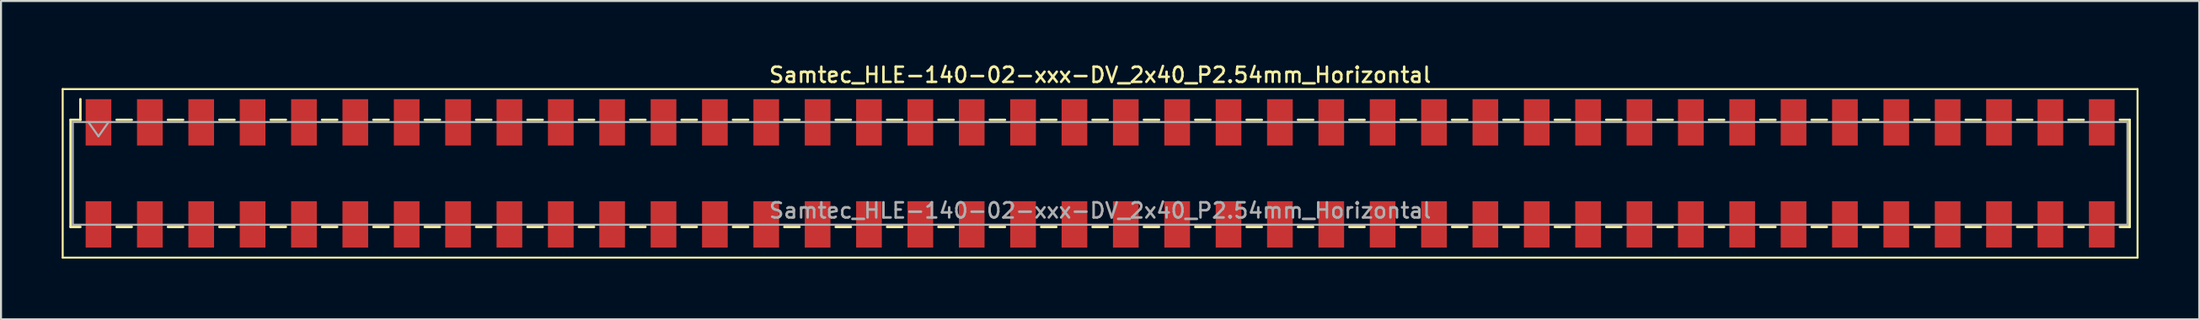
<source format=kicad_pcb>
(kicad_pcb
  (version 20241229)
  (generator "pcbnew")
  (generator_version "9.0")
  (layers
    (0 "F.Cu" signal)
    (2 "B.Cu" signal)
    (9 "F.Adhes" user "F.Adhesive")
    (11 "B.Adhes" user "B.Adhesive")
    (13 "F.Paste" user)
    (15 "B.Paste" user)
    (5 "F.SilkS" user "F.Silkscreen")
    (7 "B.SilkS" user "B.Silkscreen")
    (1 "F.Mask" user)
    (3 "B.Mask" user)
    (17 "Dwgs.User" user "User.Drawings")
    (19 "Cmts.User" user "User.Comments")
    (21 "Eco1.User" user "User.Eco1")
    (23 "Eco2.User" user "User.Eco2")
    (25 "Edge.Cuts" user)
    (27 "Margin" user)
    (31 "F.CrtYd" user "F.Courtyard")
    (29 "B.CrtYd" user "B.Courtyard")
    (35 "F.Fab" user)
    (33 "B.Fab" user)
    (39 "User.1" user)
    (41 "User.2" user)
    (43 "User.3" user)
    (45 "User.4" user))
  (footprint "Samtec_HLE-140-02-xxx-DV_2x40_P2.54mm_Horizontal"
    (layer "F.Cu")
    (at 51.35 5.528)
    (property "Reference" "Samtec_HLE-140-02-xxx-DV_2x40_P2.54mm_Horizontal" (at 0 -4.87 0) (layer "F.SilkS") (effects (font (size 0.75 0.75) (thickness 0.125))))
    (attr smd)
    (fp_line (start -51.3 -4.17) (end 51.3 -4.17) (stroke (width 0.1) (type solid)) (layer "F.SilkS"))
    (fp_line (start -51.3 4.17) (end -51.3 -4.17) (stroke (width 0.1) (type solid)) (layer "F.SilkS"))
    (fp_line (start -50.91 -2.65) (end -50.91 2.65) (stroke (width 0.12) (type solid)) (layer "F.SilkS"))
    (fp_line (start -50.91 2.65) (end -50.425 2.65) (stroke (width 0.12) (type solid)) (layer "F.SilkS"))
    (fp_line (start -50.425 -3.67) (end -50.425 -2.65) (stroke (width 0.12) (type solid)) (layer "F.SilkS"))
    (fp_line (start -50.425 -2.65) (end -50.91 -2.65) (stroke (width 0.12) (type solid)) (layer "F.SilkS"))
    (fp_line (start -48.635 -2.65) (end -47.885 -2.65) (stroke (width 0.12) (type solid)) (layer "F.SilkS"))
    (fp_line (start -48.635 2.65) (end -47.885 2.65) (stroke (width 0.12) (type solid)) (layer "F.SilkS"))
    (fp_line (start -46.095 -2.65) (end -45.345 -2.65) (stroke (width 0.12) (type solid)) (layer "F.SilkS"))
    (fp_line (start -46.095 2.65) (end -45.345 2.65) (stroke (width 0.12) (type solid)) (layer "F.SilkS"))
    (fp_line (start -43.555 -2.65) (end -42.805 -2.65) (stroke (width 0.12) (type solid)) (layer "F.SilkS"))
    (fp_line (start -43.555 2.65) (end -42.805 2.65) (stroke (width 0.12) (type solid)) (layer "F.SilkS"))
    (fp_line (start -41.015 -2.65) (end -40.265 -2.65) (stroke (width 0.12) (type solid)) (layer "F.SilkS"))
    (fp_line (start -41.015 2.65) (end -40.265 2.65) (stroke (width 0.12) (type solid)) (layer "F.SilkS"))
    (fp_line (start -38.475 -2.65) (end -37.725 -2.65) (stroke (width 0.12) (type solid)) (layer "F.SilkS"))
    (fp_line (start -38.475 2.65) (end -37.725 2.65) (stroke (width 0.12) (type solid)) (layer "F.SilkS"))
    (fp_line (start -35.935 -2.65) (end -35.185 -2.65) (stroke (width 0.12) (type solid)) (layer "F.SilkS"))
    (fp_line (start -35.935 2.65) (end -35.185 2.65) (stroke (width 0.12) (type solid)) (layer "F.SilkS"))
    (fp_line (start -33.395 -2.65) (end -32.645 -2.65) (stroke (width 0.12) (type solid)) (layer "F.SilkS"))
    (fp_line (start -33.395 2.65) (end -32.645 2.65) (stroke (width 0.12) (type solid)) (layer "F.SilkS"))
    (fp_line (start -30.855 -2.65) (end -30.105 -2.65) (stroke (width 0.12) (type solid)) (layer "F.SilkS"))
    (fp_line (start -30.855 2.65) (end -30.105 2.65) (stroke (width 0.12) (type solid)) (layer "F.SilkS"))
    (fp_line (start -28.315 -2.65) (end -27.565 -2.65) (stroke (width 0.12) (type solid)) (layer "F.SilkS"))
    (fp_line (start -28.315 2.65) (end -27.565 2.65) (stroke (width 0.12) (type solid)) (layer "F.SilkS"))
    (fp_line (start -25.775 -2.65) (end -25.025 -2.65) (stroke (width 0.12) (type solid)) (layer "F.SilkS"))
    (fp_line (start -25.775 2.65) (end -25.025 2.65) (stroke (width 0.12) (type solid)) (layer "F.SilkS"))
    (fp_line (start -23.235 -2.65) (end -22.485 -2.65) (stroke (width 0.12) (type solid)) (layer "F.SilkS"))
    (fp_line (start -23.235 2.65) (end -22.485 2.65) (stroke (width 0.12) (type solid)) (layer "F.SilkS"))
    (fp_line (start -20.695 -2.65) (end -19.945 -2.65) (stroke (width 0.12) (type solid)) (layer "F.SilkS"))
    (fp_line (start -20.695 2.65) (end -19.945 2.65) (stroke (width 0.12) (type solid)) (layer "F.SilkS"))
    (fp_line (start -18.155 -2.65) (end -17.405 -2.65) (stroke (width 0.12) (type solid)) (layer "F.SilkS"))
    (fp_line (start -18.155 2.65) (end -17.405 2.65) (stroke (width 0.12) (type solid)) (layer "F.SilkS"))
    (fp_line (start -15.615 -2.65) (end -14.865 -2.65) (stroke (width 0.12) (type solid)) (layer "F.SilkS"))
    (fp_line (start -15.615 2.65) (end -14.865 2.65) (stroke (width 0.12) (type solid)) (layer "F.SilkS"))
    (fp_line (start -13.075 -2.65) (end -12.325 -2.65) (stroke (width 0.12) (type solid)) (layer "F.SilkS"))
    (fp_line (start -13.075 2.65) (end -12.325 2.65) (stroke (width 0.12) (type solid)) (layer "F.SilkS"))
    (fp_line (start -10.535 -2.65) (end -9.785 -2.65) (stroke (width 0.12) (type solid)) (layer "F.SilkS"))
    (fp_line (start -10.535 2.65) (end -9.785 2.65) (stroke (width 0.12) (type solid)) (layer "F.SilkS"))
    (fp_line (start -7.995 -2.65) (end -7.245 -2.65) (stroke (width 0.12) (type solid)) (layer "F.SilkS"))
    (fp_line (start -7.995 2.65) (end -7.245 2.65) (stroke (width 0.12) (type solid)) (layer "F.SilkS"))
    (fp_line (start -5.455 -2.65) (end -4.705 -2.65) (stroke (width 0.12) (type solid)) (layer "F.SilkS"))
    (fp_line (start -5.455 2.65) (end -4.705 2.65) (stroke (width 0.12) (type solid)) (layer "F.SilkS"))
    (fp_line (start -2.915 -2.65) (end -2.165 -2.65) (stroke (width 0.12) (type solid)) (layer "F.SilkS"))
    (fp_line (start -2.915 2.65) (end -2.165 2.65) (stroke (width 0.12) (type solid)) (layer "F.SilkS"))
    (fp_line (start -0.375 -2.65) (end 0.375 -2.65) (stroke (width 0.12) (type solid)) (layer "F.SilkS"))
    (fp_line (start -0.375 2.65) (end 0.375 2.65) (stroke (width 0.12) (type solid)) (layer "F.SilkS"))
    (fp_line (start 2.165 -2.65) (end 2.915 -2.65) (stroke (width 0.12) (type solid)) (layer "F.SilkS"))
    (fp_line (start 2.165 2.65) (end 2.915 2.65) (stroke (width 0.12) (type solid)) (layer "F.SilkS"))
    (fp_line (start 4.705 -2.65) (end 5.455 -2.65) (stroke (width 0.12) (type solid)) (layer "F.SilkS"))
    (fp_line (start 4.705 2.65) (end 5.455 2.65) (stroke (width 0.12) (type solid)) (layer "F.SilkS"))
    (fp_line (start 7.245 -2.65) (end 7.995 -2.65) (stroke (width 0.12) (type solid)) (layer "F.SilkS"))
    (fp_line (start 7.245 2.65) (end 7.995 2.65) (stroke (width 0.12) (type solid)) (layer "F.SilkS"))
    (fp_line (start 9.785 -2.65) (end 10.535 -2.65) (stroke (width 0.12) (type solid)) (layer "F.SilkS"))
    (fp_line (start 9.785 2.65) (end 10.535 2.65) (stroke (width 0.12) (type solid)) (layer "F.SilkS"))
    (fp_line (start 12.325 -2.65) (end 13.075 -2.65) (stroke (width 0.12) (type solid)) (layer "F.SilkS"))
    (fp_line (start 12.325 2.65) (end 13.075 2.65) (stroke (width 0.12) (type solid)) (layer "F.SilkS"))
    (fp_line (start 14.865 -2.65) (end 15.615 -2.65) (stroke (width 0.12) (type solid)) (layer "F.SilkS"))
    (fp_line (start 14.865 2.65) (end 15.615 2.65) (stroke (width 0.12) (type solid)) (layer "F.SilkS"))
    (fp_line (start 17.405 -2.65) (end 18.155 -2.65) (stroke (width 0.12) (type solid)) (layer "F.SilkS"))
    (fp_line (start 17.405 2.65) (end 18.155 2.65) (stroke (width 0.12) (type solid)) (layer "F.SilkS"))
    (fp_line (start 19.945 -2.65) (end 20.695 -2.65) (stroke (width 0.12) (type solid)) (layer "F.SilkS"))
    (fp_line (start 19.945 2.65) (end 20.695 2.65) (stroke (width 0.12) (type solid)) (layer "F.SilkS"))
    (fp_line (start 22.485 -2.65) (end 23.235 -2.65) (stroke (width 0.12) (type solid)) (layer "F.SilkS"))
    (fp_line (start 22.485 2.65) (end 23.235 2.65) (stroke (width 0.12) (type solid)) (layer "F.SilkS"))
    (fp_line (start 25.025 -2.65) (end 25.775 -2.65) (stroke (width 0.12) (type solid)) (layer "F.SilkS"))
    (fp_line (start 25.025 2.65) (end 25.775 2.65) (stroke (width 0.12) (type solid)) (layer "F.SilkS"))
    (fp_line (start 27.565 -2.65) (end 28.315 -2.65) (stroke (width 0.12) (type solid)) (layer "F.SilkS"))
    (fp_line (start 27.565 2.65) (end 28.315 2.65) (stroke (width 0.12) (type solid)) (layer "F.SilkS"))
    (fp_line (start 30.105 -2.65) (end 30.855 -2.65) (stroke (width 0.12) (type solid)) (layer "F.SilkS"))
    (fp_line (start 30.105 2.65) (end 30.855 2.65) (stroke (width 0.12) (type solid)) (layer "F.SilkS"))
    (fp_line (start 32.645 -2.65) (end 33.395 -2.65) (stroke (width 0.12) (type solid)) (layer "F.SilkS"))
    (fp_line (start 32.645 2.65) (end 33.395 2.65) (stroke (width 0.12) (type solid)) (layer "F.SilkS"))
    (fp_line (start 35.185 -2.65) (end 35.935 -2.65) (stroke (width 0.12) (type solid)) (layer "F.SilkS"))
    (fp_line (start 35.185 2.65) (end 35.935 2.65) (stroke (width 0.12) (type solid)) (layer "F.SilkS"))
    (fp_line (start 37.725 -2.65) (end 38.475 -2.65) (stroke (width 0.12) (type solid)) (layer "F.SilkS"))
    (fp_line (start 37.725 2.65) (end 38.475 2.65) (stroke (width 0.12) (type solid)) (layer "F.SilkS"))
    (fp_line (start 40.265 -2.65) (end 41.015 -2.65) (stroke (width 0.12) (type solid)) (layer "F.SilkS"))
    (fp_line (start 40.265 2.65) (end 41.015 2.65) (stroke (width 0.12) (type solid)) (layer "F.SilkS"))
    (fp_line (start 42.805 -2.65) (end 43.555 -2.65) (stroke (width 0.12) (type solid)) (layer "F.SilkS"))
    (fp_line (start 42.805 2.65) (end 43.555 2.65) (stroke (width 0.12) (type solid)) (layer "F.SilkS"))
    (fp_line (start 45.345 -2.65) (end 46.095 -2.65) (stroke (width 0.12) (type solid)) (layer "F.SilkS"))
    (fp_line (start 45.345 2.65) (end 46.095 2.65) (stroke (width 0.12) (type solid)) (layer "F.SilkS"))
    (fp_line (start 47.885 -2.65) (end 48.635 -2.65) (stroke (width 0.12) (type solid)) (layer "F.SilkS"))
    (fp_line (start 47.885 2.65) (end 48.635 2.65) (stroke (width 0.12) (type solid)) (layer "F.SilkS"))
    (fp_line (start 50.425 -2.65) (end 50.91 -2.65) (stroke (width 0.12) (type solid)) (layer "F.SilkS"))
    (fp_line (start 50.91 -2.65) (end 50.91 2.65) (stroke (width 0.12) (type solid)) (layer "F.SilkS"))
    (fp_line (start 50.91 2.65) (end 50.425 2.65) (stroke (width 0.12) (type solid)) (layer "F.SilkS"))
    (fp_line (start 51.3 -4.17) (end 51.3 4.17) (stroke (width 0.1) (type solid)) (layer "F.SilkS"))
    (fp_line (start 51.3 4.17) (end -51.3 4.17) (stroke (width 0.1) (type solid)) (layer "F.SilkS"))
    (fp_line (start -50.8 -2.54) (end 50.8 -2.54) (stroke (width 0.1) (type solid)) (layer "F.Fab"))
    (fp_line (start -50.8 2.54) (end -50.8 -2.54) (stroke (width 0.1) (type solid)) (layer "F.Fab"))
    (fp_line (start -50.03 -2.54) (end -49.53 -1.833) (stroke (width 0.1) (type solid)) (layer "F.Fab"))
    (fp_line (start -49.53 -1.833) (end -49.03 -2.54) (stroke (width 0.1) (type solid)) (layer "F.Fab"))
    (fp_line (start 50.8 -2.54) (end 50.8 2.54) (stroke (width 0.1) (type solid)) (layer "F.Fab"))
    (fp_line (start 50.8 2.54) (end -50.8 2.54) (stroke (width 0.1) (type solid)) (layer "F.Fab"))
    (fp_text user "${REFERENCE}" (at 0 1.84 0) (layer "F.Fab") (effects (font (size 0.75 0.75) (thickness 0.125))))
    (pad "1" smd rect (at -49.53 -2.525) (size 1.27 2.29) (layers "F.Cu" "F.Mask" "F.Paste"))
    (pad "2" smd rect (at -49.53 2.525) (size 1.27 2.29) (layers "F.Cu" "F.Mask" "F.Paste"))
    (pad "3" smd rect (at -46.99 -2.525) (size 1.27 2.29) (layers "F.Cu" "F.Mask" "F.Paste"))
    (pad "4" smd rect (at -46.99 2.525) (size 1.27 2.29) (layers "F.Cu" "F.Mask" "F.Paste"))
    (pad "5" smd rect (at -44.45 -2.525) (size 1.27 2.29) (layers "F.Cu" "F.Mask" "F.Paste"))
    (pad "6" smd rect (at -44.45 2.525) (size 1.27 2.29) (layers "F.Cu" "F.Mask" "F.Paste"))
    (pad "7" smd rect (at -41.91 -2.525) (size 1.27 2.29) (layers "F.Cu" "F.Mask" "F.Paste"))
    (pad "8" smd rect (at -41.91 2.525) (size 1.27 2.29) (layers "F.Cu" "F.Mask" "F.Paste"))
    (pad "9" smd rect (at -39.37 -2.525) (size 1.27 2.29) (layers "F.Cu" "F.Mask" "F.Paste"))
    (pad "10" smd rect (at -39.37 2.525) (size 1.27 2.29) (layers "F.Cu" "F.Mask" "F.Paste"))
    (pad "11" smd rect (at -36.83 -2.525) (size 1.27 2.29) (layers "F.Cu" "F.Mask" "F.Paste"))
    (pad "12" smd rect (at -36.83 2.525) (size 1.27 2.29) (layers "F.Cu" "F.Mask" "F.Paste"))
    (pad "13" smd rect (at -34.29 -2.525) (size 1.27 2.29) (layers "F.Cu" "F.Mask" "F.Paste"))
    (pad "14" smd rect (at -34.29 2.525) (size 1.27 2.29) (layers "F.Cu" "F.Mask" "F.Paste"))
    (pad "15" smd rect (at -31.75 -2.525) (size 1.27 2.29) (layers "F.Cu" "F.Mask" "F.Paste"))
    (pad "16" smd rect (at -31.75 2.525) (size 1.27 2.29) (layers "F.Cu" "F.Mask" "F.Paste"))
    (pad "17" smd rect (at -29.21 -2.525) (size 1.27 2.29) (layers "F.Cu" "F.Mask" "F.Paste"))
    (pad "18" smd rect (at -29.21 2.525) (size 1.27 2.29) (layers "F.Cu" "F.Mask" "F.Paste"))
    (pad "19" smd rect (at -26.67 -2.525) (size 1.27 2.29) (layers "F.Cu" "F.Mask" "F.Paste"))
    (pad "20" smd rect (at -26.67 2.525) (size 1.27 2.29) (layers "F.Cu" "F.Mask" "F.Paste"))
    (pad "21" smd rect (at -24.13 -2.525) (size 1.27 2.29) (layers "F.Cu" "F.Mask" "F.Paste"))
    (pad "22" smd rect (at -24.13 2.525) (size 1.27 2.29) (layers "F.Cu" "F.Mask" "F.Paste"))
    (pad "23" smd rect (at -21.59 -2.525) (size 1.27 2.29) (layers "F.Cu" "F.Mask" "F.Paste"))
    (pad "24" smd rect (at -21.59 2.525) (size 1.27 2.29) (layers "F.Cu" "F.Mask" "F.Paste"))
    (pad "25" smd rect (at -19.05 -2.525) (size 1.27 2.29) (layers "F.Cu" "F.Mask" "F.Paste"))
    (pad "26" smd rect (at -19.05 2.525) (size 1.27 2.29) (layers "F.Cu" "F.Mask" "F.Paste"))
    (pad "27" smd rect (at -16.51 -2.525) (size 1.27 2.29) (layers "F.Cu" "F.Mask" "F.Paste"))
    (pad "28" smd rect (at -16.51 2.525) (size 1.27 2.29) (layers "F.Cu" "F.Mask" "F.Paste"))
    (pad "29" smd rect (at -13.97 -2.525) (size 1.27 2.29) (layers "F.Cu" "F.Mask" "F.Paste"))
    (pad "30" smd rect (at -13.97 2.525) (size 1.27 2.29) (layers "F.Cu" "F.Mask" "F.Paste"))
    (pad "31" smd rect (at -11.43 -2.525) (size 1.27 2.29) (layers "F.Cu" "F.Mask" "F.Paste"))
    (pad "32" smd rect (at -11.43 2.525) (size 1.27 2.29) (layers "F.Cu" "F.Mask" "F.Paste"))
    (pad "33" smd rect (at -8.89 -2.525) (size 1.27 2.29) (layers "F.Cu" "F.Mask" "F.Paste"))
    (pad "34" smd rect (at -8.89 2.525) (size 1.27 2.29) (layers "F.Cu" "F.Mask" "F.Paste"))
    (pad "35" smd rect (at -6.35 -2.525) (size 1.27 2.29) (layers "F.Cu" "F.Mask" "F.Paste"))
    (pad "36" smd rect (at -6.35 2.525) (size 1.27 2.29) (layers "F.Cu" "F.Mask" "F.Paste"))
    (pad "37" smd rect (at -3.81 -2.525) (size 1.27 2.29) (layers "F.Cu" "F.Mask" "F.Paste"))
    (pad "38" smd rect (at -3.81 2.525) (size 1.27 2.29) (layers "F.Cu" "F.Mask" "F.Paste"))
    (pad "39" smd rect (at -1.27 -2.525) (size 1.27 2.29) (layers "F.Cu" "F.Mask" "F.Paste"))
    (pad "40" smd rect (at -1.27 2.525) (size 1.27 2.29) (layers "F.Cu" "F.Mask" "F.Paste"))
    (pad "41" smd rect (at 1.27 -2.525) (size 1.27 2.29) (layers "F.Cu" "F.Mask" "F.Paste"))
    (pad "42" smd rect (at 1.27 2.525) (size 1.27 2.29) (layers "F.Cu" "F.Mask" "F.Paste"))
    (pad "43" smd rect (at 3.81 -2.525) (size 1.27 2.29) (layers "F.Cu" "F.Mask" "F.Paste"))
    (pad "44" smd rect (at 3.81 2.525) (size 1.27 2.29) (layers "F.Cu" "F.Mask" "F.Paste"))
    (pad "45" smd rect (at 6.35 -2.525) (size 1.27 2.29) (layers "F.Cu" "F.Mask" "F.Paste"))
    (pad "46" smd rect (at 6.35 2.525) (size 1.27 2.29) (layers "F.Cu" "F.Mask" "F.Paste"))
    (pad "47" smd rect (at 8.89 -2.525) (size 1.27 2.29) (layers "F.Cu" "F.Mask" "F.Paste"))
    (pad "48" smd rect (at 8.89 2.525) (size 1.27 2.29) (layers "F.Cu" "F.Mask" "F.Paste"))
    (pad "49" smd rect (at 11.43 -2.525) (size 1.27 2.29) (layers "F.Cu" "F.Mask" "F.Paste"))
    (pad "50" smd rect (at 11.43 2.525) (size 1.27 2.29) (layers "F.Cu" "F.Mask" "F.Paste"))
    (pad "51" smd rect (at 13.97 -2.525) (size 1.27 2.29) (layers "F.Cu" "F.Mask" "F.Paste"))
    (pad "52" smd rect (at 13.97 2.525) (size 1.27 2.29) (layers "F.Cu" "F.Mask" "F.Paste"))
    (pad "53" smd rect (at 16.51 -2.525) (size 1.27 2.29) (layers "F.Cu" "F.Mask" "F.Paste"))
    (pad "54" smd rect (at 16.51 2.525) (size 1.27 2.29) (layers "F.Cu" "F.Mask" "F.Paste"))
    (pad "55" smd rect (at 19.05 -2.525) (size 1.27 2.29) (layers "F.Cu" "F.Mask" "F.Paste"))
    (pad "56" smd rect (at 19.05 2.525) (size 1.27 2.29) (layers "F.Cu" "F.Mask" "F.Paste"))
    (pad "57" smd rect (at 21.59 -2.525) (size 1.27 2.29) (layers "F.Cu" "F.Mask" "F.Paste"))
    (pad "58" smd rect (at 21.59 2.525) (size 1.27 2.29) (layers "F.Cu" "F.Mask" "F.Paste"))
    (pad "59" smd rect (at 24.13 -2.525) (size 1.27 2.29) (layers "F.Cu" "F.Mask" "F.Paste"))
    (pad "60" smd rect (at 24.13 2.525) (size 1.27 2.29) (layers "F.Cu" "F.Mask" "F.Paste"))
    (pad "61" smd rect (at 26.67 -2.525) (size 1.27 2.29) (layers "F.Cu" "F.Mask" "F.Paste"))
    (pad "62" smd rect (at 26.67 2.525) (size 1.27 2.29) (layers "F.Cu" "F.Mask" "F.Paste"))
    (pad "63" smd rect (at 29.21 -2.525) (size 1.27 2.29) (layers "F.Cu" "F.Mask" "F.Paste"))
    (pad "64" smd rect (at 29.21 2.525) (size 1.27 2.29) (layers "F.Cu" "F.Mask" "F.Paste"))
    (pad "65" smd rect (at 31.75 -2.525) (size 1.27 2.29) (layers "F.Cu" "F.Mask" "F.Paste"))
    (pad "66" smd rect (at 31.75 2.525) (size 1.27 2.29) (layers "F.Cu" "F.Mask" "F.Paste"))
    (pad "67" smd rect (at 34.29 -2.525) (size 1.27 2.29) (layers "F.Cu" "F.Mask" "F.Paste"))
    (pad "68" smd rect (at 34.29 2.525) (size 1.27 2.29) (layers "F.Cu" "F.Mask" "F.Paste"))
    (pad "69" smd rect (at 36.83 -2.525) (size 1.27 2.29) (layers "F.Cu" "F.Mask" "F.Paste"))
    (pad "70" smd rect (at 36.83 2.525) (size 1.27 2.29) (layers "F.Cu" "F.Mask" "F.Paste"))
    (pad "71" smd rect (at 39.37 -2.525) (size 1.27 2.29) (layers "F.Cu" "F.Mask" "F.Paste"))
    (pad "72" smd rect (at 39.37 2.525) (size 1.27 2.29) (layers "F.Cu" "F.Mask" "F.Paste"))
    (pad "73" smd rect (at 41.91 -2.525) (size 1.27 2.29) (layers "F.Cu" "F.Mask" "F.Paste"))
    (pad "74" smd rect (at 41.91 2.525) (size 1.27 2.29) (layers "F.Cu" "F.Mask" "F.Paste"))
    (pad "75" smd rect (at 44.45 -2.525) (size 1.27 2.29) (layers "F.Cu" "F.Mask" "F.Paste"))
    (pad "76" smd rect (at 44.45 2.525) (size 1.27 2.29) (layers "F.Cu" "F.Mask" "F.Paste"))
    (pad "77" smd rect (at 46.99 -2.525) (size 1.27 2.29) (layers "F.Cu" "F.Mask" "F.Paste"))
    (pad "78" smd rect (at 46.99 2.525) (size 1.27 2.29) (layers "F.Cu" "F.Mask" "F.Paste"))
    (pad "79" smd rect (at 49.53 -2.525) (size 1.27 2.29) (layers "F.Cu" "F.Mask" "F.Paste"))
    (pad "80" smd rect (at 49.53 2.525) (size 1.27 2.29) (layers "F.Cu" "F.Mask" "F.Paste")))
  (gr_rect
    (start -3 -3)
    (end 105.7 12.748)
    (stroke (width 0.1) (type default))
    (fill no)
    (layer "Edge.Cuts")))
</source>
